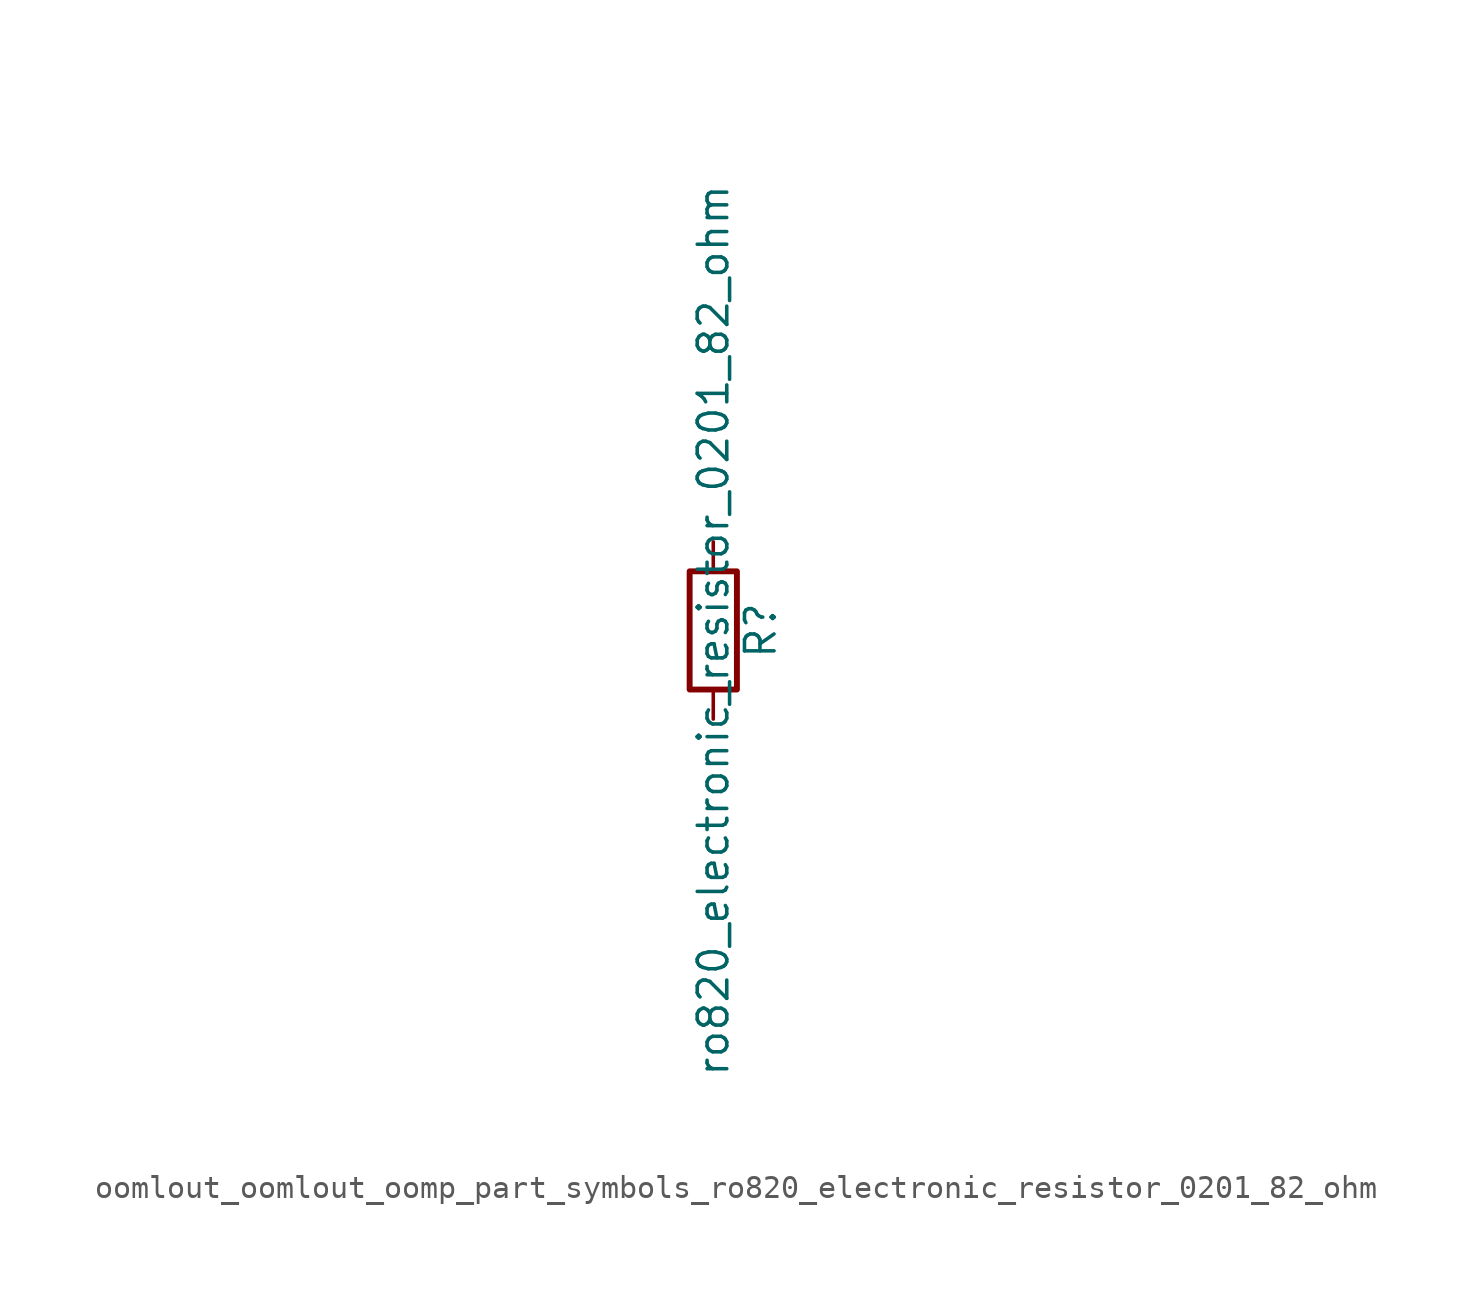
<source format=kicad_sym>
(kicad_symbol_lib
  (version 20220914)
  (generator kicad_symbol_editor)
  (symbol "oomlout_oomlout_oomp_part_symbols_ro820_electronic_resistor_0201_82_ohm"
    (pin_numbers hide)
    (pin_names
      (offset 0))
    (property "Reference" "R"
      (at 2.032 0 90)
      (effects (font (size 1.27 1.27))))
    (property "Value" "ro820_electronic_resistor_0201_82_ohm"
      (at 0 0 90)
      (effects (font (size 1.27 1.27))))
    (symbol "oomlout_oomlout_oomp_part_symbols_ro820_electronic_resistor_0201_82_ohm_0_1"
      (rectangle (start -1.016 -2.54) (end 1.016 2.54) (stroke (width 0.254) (type default)) (fill (type none))))
    (symbol "oomlout_oomlout_oomp_part_symbols_ro820_electronic_resistor_0201_82_ohm_1_1"
      (pin passive line (at 0 3.81 270) (length 1.27) (name "~" (effects (font (size 1.27 1.27)))) (number "1" (effects (font (size 1.27 1.27)))))
      (pin passive line (at 0 -3.81 90) (length 1.27) (name "~" (effects (font (size 1.27 1.27)))) (number "2" (effects (font (size 1.27 1.27))))))))
</source>
